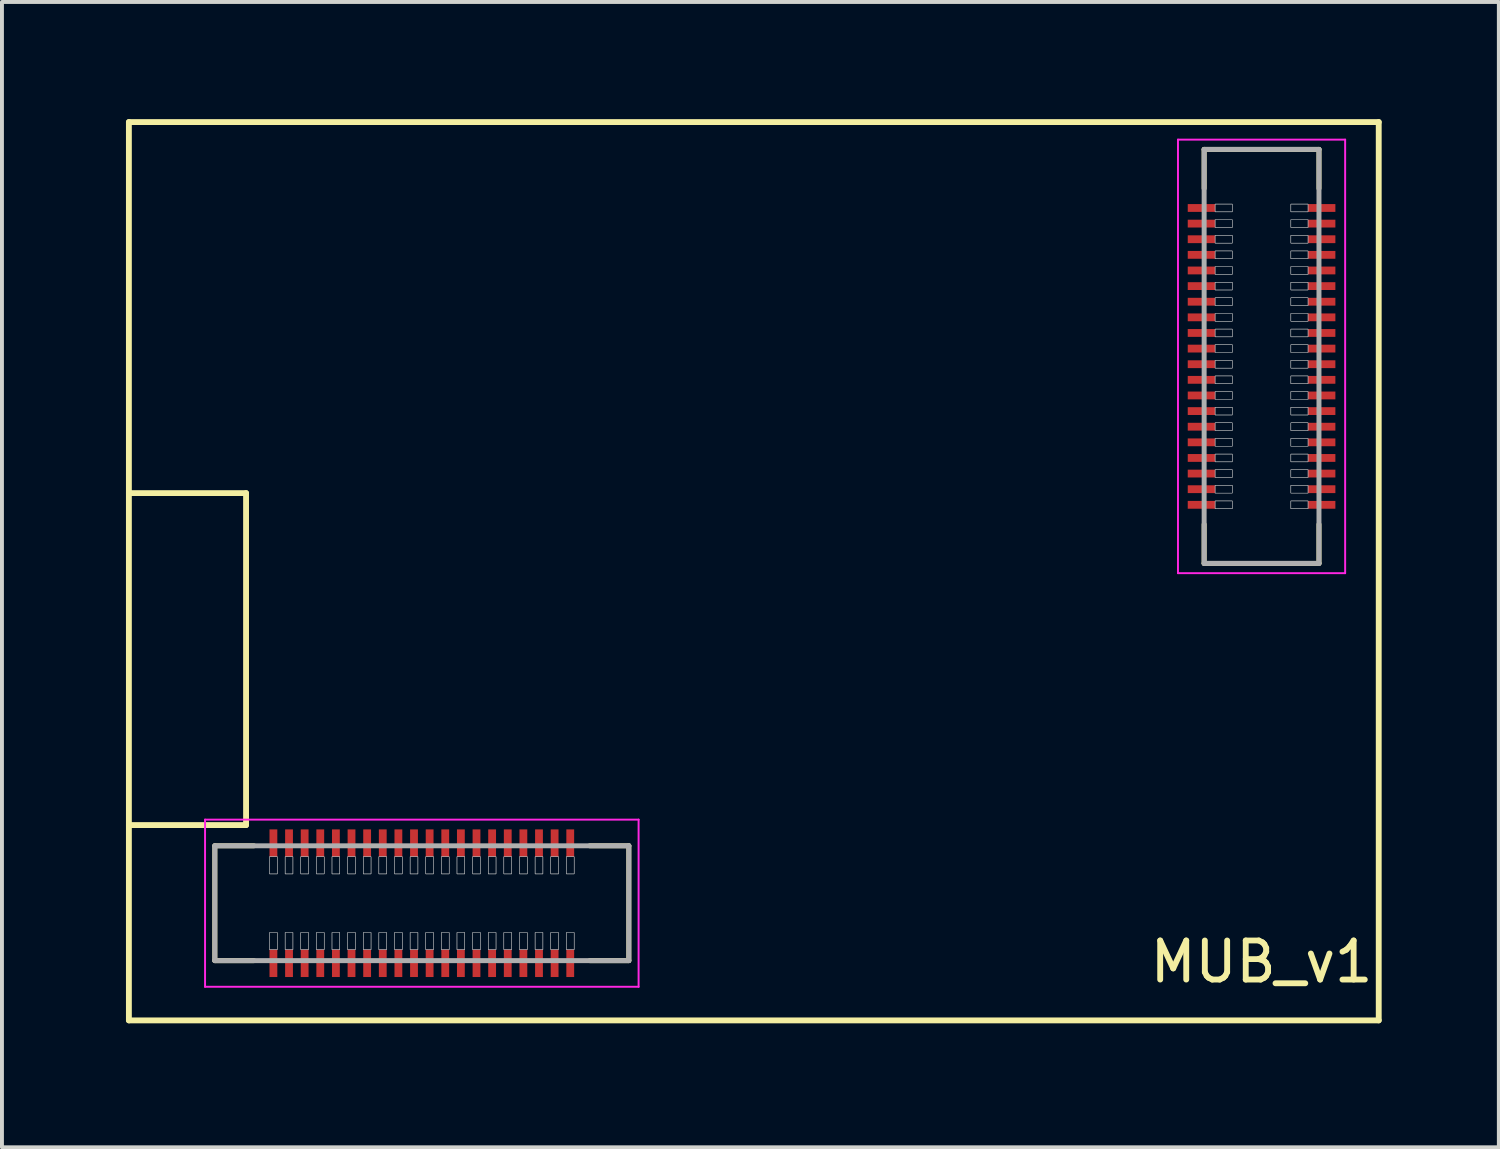
<source format=kicad_pcb>
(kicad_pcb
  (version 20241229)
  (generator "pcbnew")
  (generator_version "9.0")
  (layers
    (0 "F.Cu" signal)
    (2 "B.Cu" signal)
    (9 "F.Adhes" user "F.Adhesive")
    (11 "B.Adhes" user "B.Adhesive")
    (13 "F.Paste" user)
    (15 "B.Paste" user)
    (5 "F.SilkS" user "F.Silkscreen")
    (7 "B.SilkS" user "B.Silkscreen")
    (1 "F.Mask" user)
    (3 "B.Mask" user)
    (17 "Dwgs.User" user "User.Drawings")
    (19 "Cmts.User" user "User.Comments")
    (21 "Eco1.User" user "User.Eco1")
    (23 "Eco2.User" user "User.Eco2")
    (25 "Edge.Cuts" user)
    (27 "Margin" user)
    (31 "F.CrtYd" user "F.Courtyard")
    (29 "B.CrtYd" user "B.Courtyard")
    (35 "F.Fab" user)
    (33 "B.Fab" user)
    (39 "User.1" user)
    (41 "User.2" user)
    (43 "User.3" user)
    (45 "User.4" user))
  (footprint "MUB_v1"
    (layer "F.Cu")
    (at 0.25 23.075)
    (property "Reference" "MUB_v1" (at 29 -1.5 0) (layer "F.SilkS") (effects (font (size 1 1) (thickness 0.15))))
    (attr smd)
    (fp_line (start 0 -23) (end 32 -23) (stroke (width 0.15) (type solid)) (layer "F.SilkS"))
    (fp_line (start 0 -5) (end 3 -5) (stroke (width 0.15) (type solid)) (layer "F.SilkS"))
    (fp_line (start 0 0) (end 0 -23) (stroke (width 0.15) (type solid)) (layer "F.SilkS"))
    (fp_line (start 2.2 -4.47) (end 2.2 -1.53) (stroke (width 0.127) (type solid)) (layer "F.SilkS"))
    (fp_line (start 2.2 -4.47) (end 3.2 -4.47) (stroke (width 0.127) (type solid)) (layer "F.SilkS"))
    (fp_line (start 2.2 -1.53) (end 3.2 -1.53) (stroke (width 0.127) (type solid)) (layer "F.SilkS"))
    (fp_line (start 3 -13.5) (end 0 -13.5) (stroke (width 0.15) (type solid)) (layer "F.SilkS"))
    (fp_line (start 3 -5) (end 3 -13.5) (stroke (width 0.15) (type solid)) (layer "F.SilkS"))
    (fp_line (start 12.8 -4.47) (end 11.8 -4.47) (stroke (width 0.127) (type solid)) (layer "F.SilkS"))
    (fp_line (start 12.8 -1.53) (end 11.8 -1.53) (stroke (width 0.127) (type solid)) (layer "F.SilkS"))
    (fp_line (start 12.8 -1.53) (end 12.8 -4.47) (stroke (width 0.127) (type solid)) (layer "F.SilkS"))
    (fp_line (start 27.53 -22.3) (end 27.53 -21.3) (stroke (width 0.127) (type solid)) (layer "F.SilkS"))
    (fp_line (start 27.53 -11.7) (end 27.53 -12.7) (stroke (width 0.127) (type solid)) (layer "F.SilkS"))
    (fp_line (start 27.53 -11.7) (end 30.47 -11.7) (stroke (width 0.127) (type solid)) (layer "F.SilkS"))
    (fp_line (start 30.47 -22.3) (end 27.53 -22.3) (stroke (width 0.127) (type solid)) (layer "F.SilkS"))
    (fp_line (start 30.47 -22.3) (end 30.47 -21.3) (stroke (width 0.127) (type solid)) (layer "F.SilkS"))
    (fp_line (start 30.47 -11.7) (end 30.47 -12.7) (stroke (width 0.127) (type solid)) (layer "F.SilkS"))
    (fp_line (start 32 -23) (end 32 0) (stroke (width 0.15) (type solid)) (layer "F.SilkS"))
    (fp_line (start 32 0) (end 0 0) (stroke (width 0.15) (type solid)) (layer "F.SilkS"))
    (fp_poly (pts (xy 3.6 -3.75) (xy 3.8 -3.75) (xy 3.8 -4.19) (xy 3.6 -4.19)) (stroke (width 0.01) (type solid)) (fill no) (layer "Dwgs.User"))
    (fp_poly (pts (xy 3.6 -3.75) (xy 3.8 -3.75) (xy 3.8 -4.19) (xy 3.6 -4.19)) (stroke (width 0.01) (type solid)) (fill no) (layer "Dwgs.User"))
    (fp_poly (pts (xy 3.6 -1.81) (xy 3.8 -1.81) (xy 3.8 -2.25) (xy 3.6 -2.25)) (stroke (width 0.01) (type solid)) (fill no) (layer "Dwgs.User"))
    (fp_poly (pts (xy 3.6 -1.81) (xy 3.8 -1.81) (xy 3.8 -2.25) (xy 3.6 -2.25)) (stroke (width 0.01) (type solid)) (fill no) (layer "Dwgs.User"))
    (fp_poly (pts (xy 4 -3.75) (xy 4.2 -3.75) (xy 4.2 -4.19) (xy 4 -4.19)) (stroke (width 0.01) (type solid)) (fill no) (layer "Dwgs.User"))
    (fp_poly (pts (xy 4 -3.75) (xy 4.2 -3.75) (xy 4.2 -4.19) (xy 4 -4.19)) (stroke (width 0.01) (type solid)) (fill no) (layer "Dwgs.User"))
    (fp_poly (pts (xy 4 -1.81) (xy 4.2 -1.81) (xy 4.2 -2.25) (xy 4 -2.25)) (stroke (width 0.01) (type solid)) (fill no) (layer "Dwgs.User"))
    (fp_poly (pts (xy 4 -1.81) (xy 4.2 -1.81) (xy 4.2 -2.25) (xy 4 -2.25)) (stroke (width 0.01) (type solid)) (fill no) (layer "Dwgs.User"))
    (fp_poly (pts (xy 4.4 -3.75) (xy 4.6 -3.75) (xy 4.6 -4.19) (xy 4.4 -4.19)) (stroke (width 0.01) (type solid)) (fill no) (layer "Dwgs.User"))
    (fp_poly (pts (xy 4.4 -3.75) (xy 4.6 -3.75) (xy 4.6 -4.19) (xy 4.4 -4.19)) (stroke (width 0.01) (type solid)) (fill no) (layer "Dwgs.User"))
    (fp_poly (pts (xy 4.4 -1.81) (xy 4.6 -1.81) (xy 4.6 -2.25) (xy 4.4 -2.25)) (stroke (width 0.01) (type solid)) (fill no) (layer "Dwgs.User"))
    (fp_poly (pts (xy 4.4 -1.81) (xy 4.6 -1.81) (xy 4.6 -2.25) (xy 4.4 -2.25)) (stroke (width 0.01) (type solid)) (fill no) (layer "Dwgs.User"))
    (fp_poly (pts (xy 4.8 -3.75) (xy 5 -3.75) (xy 5 -4.19) (xy 4.8 -4.19)) (stroke (width 0.01) (type solid)) (fill no) (layer "Dwgs.User"))
    (fp_poly (pts (xy 4.8 -3.75) (xy 5 -3.75) (xy 5 -4.19) (xy 4.8 -4.19)) (stroke (width 0.01) (type solid)) (fill no) (layer "Dwgs.User"))
    (fp_poly (pts (xy 4.8 -1.81) (xy 5 -1.81) (xy 5 -2.25) (xy 4.8 -2.25)) (stroke (width 0.01) (type solid)) (fill no) (layer "Dwgs.User"))
    (fp_poly (pts (xy 4.8 -1.81) (xy 5 -1.81) (xy 5 -2.25) (xy 4.8 -2.25)) (stroke (width 0.01) (type solid)) (fill no) (layer "Dwgs.User"))
    (fp_poly (pts (xy 5.2 -3.75) (xy 5.4 -3.75) (xy 5.4 -4.19) (xy 5.2 -4.19)) (stroke (width 0.01) (type solid)) (fill no) (layer "Dwgs.User"))
    (fp_poly (pts (xy 5.2 -3.75) (xy 5.4 -3.75) (xy 5.4 -4.19) (xy 5.2 -4.19)) (stroke (width 0.01) (type solid)) (fill no) (layer "Dwgs.User"))
    (fp_poly (pts (xy 5.2 -1.81) (xy 5.4 -1.81) (xy 5.4 -2.25) (xy 5.2 -2.25)) (stroke (width 0.01) (type solid)) (fill no) (layer "Dwgs.User"))
    (fp_poly (pts (xy 5.2 -1.81) (xy 5.4 -1.81) (xy 5.4 -2.25) (xy 5.2 -2.25)) (stroke (width 0.01) (type solid)) (fill no) (layer "Dwgs.User"))
    (fp_poly (pts (xy 5.6 -3.75) (xy 5.8 -3.75) (xy 5.8 -4.19) (xy 5.6 -4.19)) (stroke (width 0.01) (type solid)) (fill no) (layer "Dwgs.User"))
    (fp_poly (pts (xy 5.6 -3.75) (xy 5.8 -3.75) (xy 5.8 -4.19) (xy 5.6 -4.19)) (stroke (width 0.01) (type solid)) (fill no) (layer "Dwgs.User"))
    (fp_poly (pts (xy 5.6 -1.81) (xy 5.8 -1.81) (xy 5.8 -2.25) (xy 5.6 -2.25)) (stroke (width 0.01) (type solid)) (fill no) (layer "Dwgs.User"))
    (fp_poly (pts (xy 5.6 -1.81) (xy 5.8 -1.81) (xy 5.8 -2.25) (xy 5.6 -2.25)) (stroke (width 0.01) (type solid)) (fill no) (layer "Dwgs.User"))
    (fp_poly (pts (xy 6 -3.75) (xy 6.2 -3.75) (xy 6.2 -4.19) (xy 6 -4.19)) (stroke (width 0.01) (type solid)) (fill no) (layer "Dwgs.User"))
    (fp_poly (pts (xy 6 -3.75) (xy 6.2 -3.75) (xy 6.2 -4.19) (xy 6 -4.19)) (stroke (width 0.01) (type solid)) (fill no) (layer "Dwgs.User"))
    (fp_poly (pts (xy 6 -1.81) (xy 6.2 -1.81) (xy 6.2 -2.25) (xy 6 -2.25)) (stroke (width 0.01) (type solid)) (fill no) (layer "Dwgs.User"))
    (fp_poly (pts (xy 6 -1.81) (xy 6.2 -1.81) (xy 6.2 -2.25) (xy 6 -2.25)) (stroke (width 0.01) (type solid)) (fill no) (layer "Dwgs.User"))
    (fp_poly (pts (xy 6.4 -3.75) (xy 6.6 -3.75) (xy 6.6 -4.19) (xy 6.4 -4.19)) (stroke (width 0.01) (type solid)) (fill no) (layer "Dwgs.User"))
    (fp_poly (pts (xy 6.4 -3.75) (xy 6.6 -3.75) (xy 6.6 -4.19) (xy 6.4 -4.19)) (stroke (width 0.01) (type solid)) (fill no) (layer "Dwgs.User"))
    (fp_poly (pts (xy 6.4 -1.81) (xy 6.6 -1.81) (xy 6.6 -2.25) (xy 6.4 -2.25)) (stroke (width 0.01) (type solid)) (fill no) (layer "Dwgs.User"))
    (fp_poly (pts (xy 6.4 -1.81) (xy 6.6 -1.81) (xy 6.6 -2.25) (xy 6.4 -2.25)) (stroke (width 0.01) (type solid)) (fill no) (layer "Dwgs.User"))
    (fp_poly (pts (xy 6.8 -3.75) (xy 7 -3.75) (xy 7 -4.19) (xy 6.8 -4.19)) (stroke (width 0.01) (type solid)) (fill no) (layer "Dwgs.User"))
    (fp_poly (pts (xy 6.8 -3.75) (xy 7 -3.75) (xy 7 -4.19) (xy 6.8 -4.19)) (stroke (width 0.01) (type solid)) (fill no) (layer "Dwgs.User"))
    (fp_poly (pts (xy 6.8 -1.81) (xy 7 -1.81) (xy 7 -2.25) (xy 6.8 -2.25)) (stroke (width 0.01) (type solid)) (fill no) (layer "Dwgs.User"))
    (fp_poly (pts (xy 6.8 -1.81) (xy 7 -1.81) (xy 7 -2.25) (xy 6.8 -2.25)) (stroke (width 0.01) (type solid)) (fill no) (layer "Dwgs.User"))
    (fp_poly (pts (xy 7.2 -3.75) (xy 7.4 -3.75) (xy 7.4 -4.19) (xy 7.2 -4.19)) (stroke (width 0.01) (type solid)) (fill no) (layer "Dwgs.User"))
    (fp_poly (pts (xy 7.2 -3.75) (xy 7.4 -3.75) (xy 7.4 -4.19) (xy 7.2 -4.19)) (stroke (width 0.01) (type solid)) (fill no) (layer "Dwgs.User"))
    (fp_poly (pts (xy 7.2 -1.81) (xy 7.4 -1.81) (xy 7.4 -2.25) (xy 7.2 -2.25)) (stroke (width 0.01) (type solid)) (fill no) (layer "Dwgs.User"))
    (fp_poly (pts (xy 7.2 -1.81) (xy 7.4 -1.81) (xy 7.4 -2.25) (xy 7.2 -2.25)) (stroke (width 0.01) (type solid)) (fill no) (layer "Dwgs.User"))
    (fp_poly (pts (xy 7.6 -3.75) (xy 7.8 -3.75) (xy 7.8 -4.19) (xy 7.6 -4.19)) (stroke (width 0.01) (type solid)) (fill no) (layer "Dwgs.User"))
    (fp_poly (pts (xy 7.6 -3.75) (xy 7.8 -3.75) (xy 7.8 -4.19) (xy 7.6 -4.19)) (stroke (width 0.01) (type solid)) (fill no) (layer "Dwgs.User"))
    (fp_poly (pts (xy 7.6 -1.81) (xy 7.8 -1.81) (xy 7.8 -2.25) (xy 7.6 -2.25)) (stroke (width 0.01) (type solid)) (fill no) (layer "Dwgs.User"))
    (fp_poly (pts (xy 7.6 -1.81) (xy 7.8 -1.81) (xy 7.8 -2.25) (xy 7.6 -2.25)) (stroke (width 0.01) (type solid)) (fill no) (layer "Dwgs.User"))
    (fp_poly (pts (xy 8 -3.75) (xy 8.2 -3.75) (xy 8.2 -4.19) (xy 8 -4.19)) (stroke (width 0.01) (type solid)) (fill no) (layer "Dwgs.User"))
    (fp_poly (pts (xy 8 -3.75) (xy 8.2 -3.75) (xy 8.2 -4.19) (xy 8 -4.19)) (stroke (width 0.01) (type solid)) (fill no) (layer "Dwgs.User"))
    (fp_poly (pts (xy 8 -1.81) (xy 8.2 -1.81) (xy 8.2 -2.25) (xy 8 -2.25)) (stroke (width 0.01) (type solid)) (fill no) (layer "Dwgs.User"))
    (fp_poly (pts (xy 8 -1.81) (xy 8.2 -1.81) (xy 8.2 -2.25) (xy 8 -2.25)) (stroke (width 0.01) (type solid)) (fill no) (layer "Dwgs.User"))
    (fp_poly (pts (xy 8.4 -3.75) (xy 8.6 -3.75) (xy 8.6 -4.19) (xy 8.4 -4.19)) (stroke (width 0.01) (type solid)) (fill no) (layer "Dwgs.User"))
    (fp_poly (pts (xy 8.4 -3.75) (xy 8.6 -3.75) (xy 8.6 -4.19) (xy 8.4 -4.19)) (stroke (width 0.01) (type solid)) (fill no) (layer "Dwgs.User"))
    (fp_poly (pts (xy 8.4 -1.81) (xy 8.6 -1.81) (xy 8.6 -2.25) (xy 8.4 -2.25)) (stroke (width 0.01) (type solid)) (fill no) (layer "Dwgs.User"))
    (fp_poly (pts (xy 8.4 -1.81) (xy 8.6 -1.81) (xy 8.6 -2.25) (xy 8.4 -2.25)) (stroke (width 0.01) (type solid)) (fill no) (layer "Dwgs.User"))
    (fp_poly (pts (xy 8.8 -3.75) (xy 9 -3.75) (xy 9 -4.19) (xy 8.8 -4.19)) (stroke (width 0.01) (type solid)) (fill no) (layer "Dwgs.User"))
    (fp_poly (pts (xy 8.8 -3.75) (xy 9 -3.75) (xy 9 -4.19) (xy 8.8 -4.19)) (stroke (width 0.01) (type solid)) (fill no) (layer "Dwgs.User"))
    (fp_poly (pts (xy 8.8 -1.81) (xy 9 -1.81) (xy 9 -2.25) (xy 8.8 -2.25)) (stroke (width 0.01) (type solid)) (fill no) (layer "Dwgs.User"))
    (fp_poly (pts (xy 8.8 -1.81) (xy 9 -1.81) (xy 9 -2.25) (xy 8.8 -2.25)) (stroke (width 0.01) (type solid)) (fill no) (layer "Dwgs.User"))
    (fp_poly (pts (xy 9.2 -3.75) (xy 9.4 -3.75) (xy 9.4 -4.19) (xy 9.2 -4.19)) (stroke (width 0.01) (type solid)) (fill no) (layer "Dwgs.User"))
    (fp_poly (pts (xy 9.2 -3.75) (xy 9.4 -3.75) (xy 9.4 -4.19) (xy 9.2 -4.19)) (stroke (width 0.01) (type solid)) (fill no) (layer "Dwgs.User"))
    (fp_poly (pts (xy 9.2 -1.81) (xy 9.4 -1.81) (xy 9.4 -2.25) (xy 9.2 -2.25)) (stroke (width 0.01) (type solid)) (fill no) (layer "Dwgs.User"))
    (fp_poly (pts (xy 9.2 -1.81) (xy 9.4 -1.81) (xy 9.4 -2.25) (xy 9.2 -2.25)) (stroke (width 0.01) (type solid)) (fill no) (layer "Dwgs.User"))
    (fp_poly (pts (xy 9.6 -3.75) (xy 9.8 -3.75) (xy 9.8 -4.19) (xy 9.6 -4.19)) (stroke (width 0.01) (type solid)) (fill no) (layer "Dwgs.User"))
    (fp_poly (pts (xy 9.6 -3.75) (xy 9.8 -3.75) (xy 9.8 -4.19) (xy 9.6 -4.19)) (stroke (width 0.01) (type solid)) (fill no) (layer "Dwgs.User"))
    (fp_poly (pts (xy 9.6 -1.81) (xy 9.8 -1.81) (xy 9.8 -2.25) (xy 9.6 -2.25)) (stroke (width 0.01) (type solid)) (fill no) (layer "Dwgs.User"))
    (fp_poly (pts (xy 9.6 -1.81) (xy 9.8 -1.81) (xy 9.8 -2.25) (xy 9.6 -2.25)) (stroke (width 0.01) (type solid)) (fill no) (layer "Dwgs.User"))
    (fp_poly (pts (xy 10 -3.75) (xy 10.2 -3.75) (xy 10.2 -4.19) (xy 10 -4.19)) (stroke (width 0.01) (type solid)) (fill no) (layer "Dwgs.User"))
    (fp_poly (pts (xy 10 -3.75) (xy 10.2 -3.75) (xy 10.2 -4.19) (xy 10 -4.19)) (stroke (width 0.01) (type solid)) (fill no) (layer "Dwgs.User"))
    (fp_poly (pts (xy 10 -1.81) (xy 10.2 -1.81) (xy 10.2 -2.25) (xy 10 -2.25)) (stroke (width 0.01) (type solid)) (fill no) (layer "Dwgs.User"))
    (fp_poly (pts (xy 10 -1.81) (xy 10.2 -1.81) (xy 10.2 -2.25) (xy 10 -2.25)) (stroke (width 0.01) (type solid)) (fill no) (layer "Dwgs.User"))
    (fp_poly (pts (xy 10.4 -3.75) (xy 10.6 -3.75) (xy 10.6 -4.19) (xy 10.4 -4.19)) (stroke (width 0.01) (type solid)) (fill no) (layer "Dwgs.User"))
    (fp_poly (pts (xy 10.4 -3.75) (xy 10.6 -3.75) (xy 10.6 -4.19) (xy 10.4 -4.19)) (stroke (width 0.01) (type solid)) (fill no) (layer "Dwgs.User"))
    (fp_poly (pts (xy 10.4 -1.81) (xy 10.6 -1.81) (xy 10.6 -2.25) (xy 10.4 -2.25)) (stroke (width 0.01) (type solid)) (fill no) (layer "Dwgs.User"))
    (fp_poly (pts (xy 10.4 -1.81) (xy 10.6 -1.81) (xy 10.6 -2.25) (xy 10.4 -2.25)) (stroke (width 0.01) (type solid)) (fill no) (layer "Dwgs.User"))
    (fp_poly (pts (xy 10.8 -3.75) (xy 11 -3.75) (xy 11 -4.19) (xy 10.8 -4.19)) (stroke (width 0.01) (type solid)) (fill no) (layer "Dwgs.User"))
    (fp_poly (pts (xy 10.8 -3.75) (xy 11 -3.75) (xy 11 -4.19) (xy 10.8 -4.19)) (stroke (width 0.01) (type solid)) (fill no) (layer "Dwgs.User"))
    (fp_poly (pts (xy 10.8 -1.81) (xy 11 -1.81) (xy 11 -2.25) (xy 10.8 -2.25)) (stroke (width 0.01) (type solid)) (fill no) (layer "Dwgs.User"))
    (fp_poly (pts (xy 10.8 -1.81) (xy 11 -1.81) (xy 11 -2.25) (xy 10.8 -2.25)) (stroke (width 0.01) (type solid)) (fill no) (layer "Dwgs.User"))
    (fp_poly (pts (xy 11.2 -3.75) (xy 11.4 -3.75) (xy 11.4 -4.19) (xy 11.2 -4.19)) (stroke (width 0.01) (type solid)) (fill no) (layer "Dwgs.User"))
    (fp_poly (pts (xy 11.2 -3.75) (xy 11.4 -3.75) (xy 11.4 -4.19) (xy 11.2 -4.19)) (stroke (width 0.01) (type solid)) (fill no) (layer "Dwgs.User"))
    (fp_poly (pts (xy 11.2 -1.81) (xy 11.4 -1.81) (xy 11.4 -2.25) (xy 11.2 -2.25)) (stroke (width 0.01) (type solid)) (fill no) (layer "Dwgs.User"))
    (fp_poly (pts (xy 11.2 -1.81) (xy 11.4 -1.81) (xy 11.4 -2.25) (xy 11.2 -2.25)) (stroke (width 0.01) (type solid)) (fill no) (layer "Dwgs.User"))
    (fp_poly (pts (xy 28.25 -20.7) (xy 28.25 -20.9) (xy 27.81 -20.9) (xy 27.81 -20.7)) (stroke (width 0.01) (type solid)) (fill no) (layer "Dwgs.User"))
    (fp_poly (pts (xy 28.25 -20.7) (xy 28.25 -20.9) (xy 27.81 -20.9) (xy 27.81 -20.7)) (stroke (width 0.01) (type solid)) (fill no) (layer "Dwgs.User"))
    (fp_poly (pts (xy 28.25 -20.3) (xy 28.25 -20.5) (xy 27.81 -20.5) (xy 27.81 -20.3)) (stroke (width 0.01) (type solid)) (fill no) (layer "Dwgs.User"))
    (fp_poly (pts (xy 28.25 -20.3) (xy 28.25 -20.5) (xy 27.81 -20.5) (xy 27.81 -20.3)) (stroke (width 0.01) (type solid)) (fill no) (layer "Dwgs.User"))
    (fp_poly (pts (xy 28.25 -19.9) (xy 28.25 -20.1) (xy 27.81 -20.1) (xy 27.81 -19.9)) (stroke (width 0.01) (type solid)) (fill no) (layer "Dwgs.User"))
    (fp_poly (pts (xy 28.25 -19.9) (xy 28.25 -20.1) (xy 27.81 -20.1) (xy 27.81 -19.9)) (stroke (width 0.01) (type solid)) (fill no) (layer "Dwgs.User"))
    (fp_poly (pts (xy 28.25 -19.5) (xy 28.25 -19.7) (xy 27.81 -19.7) (xy 27.81 -19.5)) (stroke (width 0.01) (type solid)) (fill no) (layer "Dwgs.User"))
    (fp_poly (pts (xy 28.25 -19.5) (xy 28.25 -19.7) (xy 27.81 -19.7) (xy 27.81 -19.5)) (stroke (width 0.01) (type solid)) (fill no) (layer "Dwgs.User"))
    (fp_poly (pts (xy 28.25 -19.1) (xy 28.25 -19.3) (xy 27.81 -19.3) (xy 27.81 -19.1)) (stroke (width 0.01) (type solid)) (fill no) (layer "Dwgs.User"))
    (fp_poly (pts (xy 28.25 -19.1) (xy 28.25 -19.3) (xy 27.81 -19.3) (xy 27.81 -19.1)) (stroke (width 0.01) (type solid)) (fill no) (layer "Dwgs.User"))
    (fp_poly (pts (xy 28.25 -18.7) (xy 28.25 -18.9) (xy 27.81 -18.9) (xy 27.81 -18.7)) (stroke (width 0.01) (type solid)) (fill no) (layer "Dwgs.User"))
    (fp_poly (pts (xy 28.25 -18.7) (xy 28.25 -18.9) (xy 27.81 -18.9) (xy 27.81 -18.7)) (stroke (width 0.01) (type solid)) (fill no) (layer "Dwgs.User"))
    (fp_poly (pts (xy 28.25 -18.3) (xy 28.25 -18.5) (xy 27.81 -18.5) (xy 27.81 -18.3)) (stroke (width 0.01) (type solid)) (fill no) (layer "Dwgs.User"))
    (fp_poly (pts (xy 28.25 -18.3) (xy 28.25 -18.5) (xy 27.81 -18.5) (xy 27.81 -18.3)) (stroke (width 0.01) (type solid)) (fill no) (layer "Dwgs.User"))
    (fp_poly (pts (xy 28.25 -17.9) (xy 28.25 -18.1) (xy 27.81 -18.1) (xy 27.81 -17.9)) (stroke (width 0.01) (type solid)) (fill no) (layer "Dwgs.User"))
    (fp_poly (pts (xy 28.25 -17.9) (xy 28.25 -18.1) (xy 27.81 -18.1) (xy 27.81 -17.9)) (stroke (width 0.01) (type solid)) (fill no) (layer "Dwgs.User"))
    (fp_poly (pts (xy 28.25 -17.5) (xy 28.25 -17.7) (xy 27.81 -17.7) (xy 27.81 -17.5)) (stroke (width 0.01) (type solid)) (fill no) (layer "Dwgs.User"))
    (fp_poly (pts (xy 28.25 -17.5) (xy 28.25 -17.7) (xy 27.81 -17.7) (xy 27.81 -17.5)) (stroke (width 0.01) (type solid)) (fill no) (layer "Dwgs.User"))
    (fp_poly (pts (xy 28.25 -17.1) (xy 28.25 -17.3) (xy 27.81 -17.3) (xy 27.81 -17.1)) (stroke (width 0.01) (type solid)) (fill no) (layer "Dwgs.User"))
    (fp_poly (pts (xy 28.25 -17.1) (xy 28.25 -17.3) (xy 27.81 -17.3) (xy 27.81 -17.1)) (stroke (width 0.01) (type solid)) (fill no) (layer "Dwgs.User"))
    (fp_poly (pts (xy 28.25 -16.7) (xy 28.25 -16.9) (xy 27.81 -16.9) (xy 27.81 -16.7)) (stroke (width 0.01) (type solid)) (fill no) (layer "Dwgs.User"))
    (fp_poly (pts (xy 28.25 -16.7) (xy 28.25 -16.9) (xy 27.81 -16.9) (xy 27.81 -16.7)) (stroke (width 0.01) (type solid)) (fill no) (layer "Dwgs.User"))
    (fp_poly (pts (xy 28.25 -16.3) (xy 28.25 -16.5) (xy 27.81 -16.5) (xy 27.81 -16.3)) (stroke (width 0.01) (type solid)) (fill no) (layer "Dwgs.User"))
    (fp_poly (pts (xy 28.25 -16.3) (xy 28.25 -16.5) (xy 27.81 -16.5) (xy 27.81 -16.3)) (stroke (width 0.01) (type solid)) (fill no) (layer "Dwgs.User"))
    (fp_poly (pts (xy 28.25 -15.9) (xy 28.25 -16.1) (xy 27.81 -16.1) (xy 27.81 -15.9)) (stroke (width 0.01) (type solid)) (fill no) (layer "Dwgs.User"))
    (fp_poly (pts (xy 28.25 -15.9) (xy 28.25 -16.1) (xy 27.81 -16.1) (xy 27.81 -15.9)) (stroke (width 0.01) (type solid)) (fill no) (layer "Dwgs.User"))
    (fp_poly (pts (xy 28.25 -15.5) (xy 28.25 -15.7) (xy 27.81 -15.7) (xy 27.81 -15.5)) (stroke (width 0.01) (type solid)) (fill no) (layer "Dwgs.User"))
    (fp_poly (pts (xy 28.25 -15.5) (xy 28.25 -15.7) (xy 27.81 -15.7) (xy 27.81 -15.5)) (stroke (width 0.01) (type solid)) (fill no) (layer "Dwgs.User"))
    (fp_poly (pts (xy 28.25 -15.1) (xy 28.25 -15.3) (xy 27.81 -15.3) (xy 27.81 -15.1)) (stroke (width 0.01) (type solid)) (fill no) (layer "Dwgs.User"))
    (fp_poly (pts (xy 28.25 -15.1) (xy 28.25 -15.3) (xy 27.81 -15.3) (xy 27.81 -15.1)) (stroke (width 0.01) (type solid)) (fill no) (layer "Dwgs.User"))
    (fp_poly (pts (xy 28.25 -14.7) (xy 28.25 -14.9) (xy 27.81 -14.9) (xy 27.81 -14.7)) (stroke (width 0.01) (type solid)) (fill no) (layer "Dwgs.User"))
    (fp_poly (pts (xy 28.25 -14.7) (xy 28.25 -14.9) (xy 27.81 -14.9) (xy 27.81 -14.7)) (stroke (width 0.01) (type solid)) (fill no) (layer "Dwgs.User"))
    (fp_poly (pts (xy 28.25 -14.3) (xy 28.25 -14.5) (xy 27.81 -14.5) (xy 27.81 -14.3)) (stroke (width 0.01) (type solid)) (fill no) (layer "Dwgs.User"))
    (fp_poly (pts (xy 28.25 -14.3) (xy 28.25 -14.5) (xy 27.81 -14.5) (xy 27.81 -14.3)) (stroke (width 0.01) (type solid)) (fill no) (layer "Dwgs.User"))
    (fp_poly (pts (xy 28.25 -13.9) (xy 28.25 -14.1) (xy 27.81 -14.1) (xy 27.81 -13.9)) (stroke (width 0.01) (type solid)) (fill no) (layer "Dwgs.User"))
    (fp_poly (pts (xy 28.25 -13.9) (xy 28.25 -14.1) (xy 27.81 -14.1) (xy 27.81 -13.9)) (stroke (width 0.01) (type solid)) (fill no) (layer "Dwgs.User"))
    (fp_poly (pts (xy 28.25 -13.5) (xy 28.25 -13.7) (xy 27.81 -13.7) (xy 27.81 -13.5)) (stroke (width 0.01) (type solid)) (fill no) (layer "Dwgs.User"))
    (fp_poly (pts (xy 28.25 -13.5) (xy 28.25 -13.7) (xy 27.81 -13.7) (xy 27.81 -13.5)) (stroke (width 0.01) (type solid)) (fill no) (layer "Dwgs.User"))
    (fp_poly (pts (xy 28.25 -13.1) (xy 28.25 -13.3) (xy 27.81 -13.3) (xy 27.81 -13.1)) (stroke (width 0.01) (type solid)) (fill no) (layer "Dwgs.User"))
    (fp_poly (pts (xy 28.25 -13.1) (xy 28.25 -13.3) (xy 27.81 -13.3) (xy 27.81 -13.1)) (stroke (width 0.01) (type solid)) (fill no) (layer "Dwgs.User"))
    (fp_poly (pts (xy 30.19 -20.7) (xy 30.19 -20.9) (xy 29.75 -20.9) (xy 29.75 -20.7)) (stroke (width 0.01) (type solid)) (fill no) (layer "Dwgs.User"))
    (fp_poly (pts (xy 30.19 -20.7) (xy 30.19 -20.9) (xy 29.75 -20.9) (xy 29.75 -20.7)) (stroke (width 0.01) (type solid)) (fill no) (layer "Dwgs.User"))
    (fp_poly (pts (xy 30.19 -20.3) (xy 30.19 -20.5) (xy 29.75 -20.5) (xy 29.75 -20.3)) (stroke (width 0.01) (type solid)) (fill no) (layer "Dwgs.User"))
    (fp_poly (pts (xy 30.19 -20.3) (xy 30.19 -20.5) (xy 29.75 -20.5) (xy 29.75 -20.3)) (stroke (width 0.01) (type solid)) (fill no) (layer "Dwgs.User"))
    (fp_poly (pts (xy 30.19 -19.9) (xy 30.19 -20.1) (xy 29.75 -20.1) (xy 29.75 -19.9)) (stroke (width 0.01) (type solid)) (fill no) (layer "Dwgs.User"))
    (fp_poly (pts (xy 30.19 -19.9) (xy 30.19 -20.1) (xy 29.75 -20.1) (xy 29.75 -19.9)) (stroke (width 0.01) (type solid)) (fill no) (layer "Dwgs.User"))
    (fp_poly (pts (xy 30.19 -19.5) (xy 30.19 -19.7) (xy 29.75 -19.7) (xy 29.75 -19.5)) (stroke (width 0.01) (type solid)) (fill no) (layer "Dwgs.User"))
    (fp_poly (pts (xy 30.19 -19.5) (xy 30.19 -19.7) (xy 29.75 -19.7) (xy 29.75 -19.5)) (stroke (width 0.01) (type solid)) (fill no) (layer "Dwgs.User"))
    (fp_poly (pts (xy 30.19 -19.1) (xy 30.19 -19.3) (xy 29.75 -19.3) (xy 29.75 -19.1)) (stroke (width 0.01) (type solid)) (fill no) (layer "Dwgs.User"))
    (fp_poly (pts (xy 30.19 -19.1) (xy 30.19 -19.3) (xy 29.75 -19.3) (xy 29.75 -19.1)) (stroke (width 0.01) (type solid)) (fill no) (layer "Dwgs.User"))
    (fp_poly (pts (xy 30.19 -18.7) (xy 30.19 -18.9) (xy 29.75 -18.9) (xy 29.75 -18.7)) (stroke (width 0.01) (type solid)) (fill no) (layer "Dwgs.User"))
    (fp_poly (pts (xy 30.19 -18.7) (xy 30.19 -18.9) (xy 29.75 -18.9) (xy 29.75 -18.7)) (stroke (width 0.01) (type solid)) (fill no) (layer "Dwgs.User"))
    (fp_poly (pts (xy 30.19 -18.3) (xy 30.19 -18.5) (xy 29.75 -18.5) (xy 29.75 -18.3)) (stroke (width 0.01) (type solid)) (fill no) (layer "Dwgs.User"))
    (fp_poly (pts (xy 30.19 -18.3) (xy 30.19 -18.5) (xy 29.75 -18.5) (xy 29.75 -18.3)) (stroke (width 0.01) (type solid)) (fill no) (layer "Dwgs.User"))
    (fp_poly (pts (xy 30.19 -17.9) (xy 30.19 -18.1) (xy 29.75 -18.1) (xy 29.75 -17.9)) (stroke (width 0.01) (type solid)) (fill no) (layer "Dwgs.User"))
    (fp_poly (pts (xy 30.19 -17.9) (xy 30.19 -18.1) (xy 29.75 -18.1) (xy 29.75 -17.9)) (stroke (width 0.01) (type solid)) (fill no) (layer "Dwgs.User"))
    (fp_poly (pts (xy 30.19 -17.5) (xy 30.19 -17.7) (xy 29.75 -17.7) (xy 29.75 -17.5)) (stroke (width 0.01) (type solid)) (fill no) (layer "Dwgs.User"))
    (fp_poly (pts (xy 30.19 -17.5) (xy 30.19 -17.7) (xy 29.75 -17.7) (xy 29.75 -17.5)) (stroke (width 0.01) (type solid)) (fill no) (layer "Dwgs.User"))
    (fp_poly (pts (xy 30.19 -17.1) (xy 30.19 -17.3) (xy 29.75 -17.3) (xy 29.75 -17.1)) (stroke (width 0.01) (type solid)) (fill no) (layer "Dwgs.User"))
    (fp_poly (pts (xy 30.19 -17.1) (xy 30.19 -17.3) (xy 29.75 -17.3) (xy 29.75 -17.1)) (stroke (width 0.01) (type solid)) (fill no) (layer "Dwgs.User"))
    (fp_poly (pts (xy 30.19 -16.7) (xy 30.19 -16.9) (xy 29.75 -16.9) (xy 29.75 -16.7)) (stroke (width 0.01) (type solid)) (fill no) (layer "Dwgs.User"))
    (fp_poly (pts (xy 30.19 -16.7) (xy 30.19 -16.9) (xy 29.75 -16.9) (xy 29.75 -16.7)) (stroke (width 0.01) (type solid)) (fill no) (layer "Dwgs.User"))
    (fp_poly (pts (xy 30.19 -16.3) (xy 30.19 -16.5) (xy 29.75 -16.5) (xy 29.75 -16.3)) (stroke (width 0.01) (type solid)) (fill no) (layer "Dwgs.User"))
    (fp_poly (pts (xy 30.19 -16.3) (xy 30.19 -16.5) (xy 29.75 -16.5) (xy 29.75 -16.3)) (stroke (width 0.01) (type solid)) (fill no) (layer "Dwgs.User"))
    (fp_poly (pts (xy 30.19 -15.9) (xy 30.19 -16.1) (xy 29.75 -16.1) (xy 29.75 -15.9)) (stroke (width 0.01) (type solid)) (fill no) (layer "Dwgs.User"))
    (fp_poly (pts (xy 30.19 -15.9) (xy 30.19 -16.1) (xy 29.75 -16.1) (xy 29.75 -15.9)) (stroke (width 0.01) (type solid)) (fill no) (layer "Dwgs.User"))
    (fp_poly (pts (xy 30.19 -15.5) (xy 30.19 -15.7) (xy 29.75 -15.7) (xy 29.75 -15.5)) (stroke (width 0.01) (type solid)) (fill no) (layer "Dwgs.User"))
    (fp_poly (pts (xy 30.19 -15.5) (xy 30.19 -15.7) (xy 29.75 -15.7) (xy 29.75 -15.5)) (stroke (width 0.01) (type solid)) (fill no) (layer "Dwgs.User"))
    (fp_poly (pts (xy 30.19 -15.1) (xy 30.19 -15.3) (xy 29.75 -15.3) (xy 29.75 -15.1)) (stroke (width 0.01) (type solid)) (fill no) (layer "Dwgs.User"))
    (fp_poly (pts (xy 30.19 -15.1) (xy 30.19 -15.3) (xy 29.75 -15.3) (xy 29.75 -15.1)) (stroke (width 0.01) (type solid)) (fill no) (layer "Dwgs.User"))
    (fp_poly (pts (xy 30.19 -14.7) (xy 30.19 -14.9) (xy 29.75 -14.9) (xy 29.75 -14.7)) (stroke (width 0.01) (type solid)) (fill no) (layer "Dwgs.User"))
    (fp_poly (pts (xy 30.19 -14.7) (xy 30.19 -14.9) (xy 29.75 -14.9) (xy 29.75 -14.7)) (stroke (width 0.01) (type solid)) (fill no) (layer "Dwgs.User"))
    (fp_poly (pts (xy 30.19 -14.3) (xy 30.19 -14.5) (xy 29.75 -14.5) (xy 29.75 -14.3)) (stroke (width 0.01) (type solid)) (fill no) (layer "Dwgs.User"))
    (fp_poly (pts (xy 30.19 -14.3) (xy 30.19 -14.5) (xy 29.75 -14.5) (xy 29.75 -14.3)) (stroke (width 0.01) (type solid)) (fill no) (layer "Dwgs.User"))
    (fp_poly (pts (xy 30.19 -13.9) (xy 30.19 -14.1) (xy 29.75 -14.1) (xy 29.75 -13.9)) (stroke (width 0.01) (type solid)) (fill no) (layer "Dwgs.User"))
    (fp_poly (pts (xy 30.19 -13.9) (xy 30.19 -14.1) (xy 29.75 -14.1) (xy 29.75 -13.9)) (stroke (width 0.01) (type solid)) (fill no) (layer "Dwgs.User"))
    (fp_poly (pts (xy 30.19 -13.5) (xy 30.19 -13.7) (xy 29.75 -13.7) (xy 29.75 -13.5)) (stroke (width 0.01) (type solid)) (fill no) (layer "Dwgs.User"))
    (fp_poly (pts (xy 30.19 -13.5) (xy 30.19 -13.7) (xy 29.75 -13.7) (xy 29.75 -13.5)) (stroke (width 0.01) (type solid)) (fill no) (layer "Dwgs.User"))
    (fp_poly (pts (xy 30.19 -13.1) (xy 30.19 -13.3) (xy 29.75 -13.3) (xy 29.75 -13.1)) (stroke (width 0.01) (type solid)) (fill no) (layer "Dwgs.User"))
    (fp_poly (pts (xy 30.19 -13.1) (xy 30.19 -13.3) (xy 29.75 -13.3) (xy 29.75 -13.1)) (stroke (width 0.01) (type solid)) (fill no) (layer "Dwgs.User"))
    (fp_line (start 1.95 -5.14) (end 1.95 -0.86) (stroke (width 0.05) (type solid)) (layer "F.CrtYd"))
    (fp_line (start 1.95 -0.86) (end 13.05 -0.86) (stroke (width 0.05) (type solid)) (layer "F.CrtYd"))
    (fp_line (start 13.05 -5.14) (end 1.95 -5.14) (stroke (width 0.05) (type solid)) (layer "F.CrtYd"))
    (fp_line (start 13.05 -0.86) (end 13.05 -5.14) (stroke (width 0.05) (type solid)) (layer "F.CrtYd"))
    (fp_line (start 26.86 -22.55) (end 26.86 -11.45) (stroke (width 0.05) (type solid)) (layer "F.CrtYd"))
    (fp_line (start 26.86 -11.45) (end 31.14 -11.45) (stroke (width 0.05) (type solid)) (layer "F.CrtYd"))
    (fp_line (start 31.14 -22.55) (end 26.86 -22.55) (stroke (width 0.05) (type solid)) (layer "F.CrtYd"))
    (fp_line (start 31.14 -11.45) (end 31.14 -22.55) (stroke (width 0.05) (type solid)) (layer "F.CrtYd"))
    (fp_line (start 2.2 -4.47) (end 2.2 -1.53) (stroke (width 0.127) (type solid)) (layer "F.Fab"))
    (fp_line (start 2.2 -1.53) (end 12.8 -1.53) (stroke (width 0.127) (type solid)) (layer "F.Fab"))
    (fp_line (start 12.8 -4.47) (end 2.2 -4.47) (stroke (width 0.127) (type solid)) (layer "F.Fab"))
    (fp_line (start 12.8 -1.53) (end 12.8 -4.47) (stroke (width 0.127) (type solid)) (layer "F.Fab"))
    (fp_line (start 27.53 -22.3) (end 27.53 -11.7) (stroke (width 0.127) (type solid)) (layer "F.Fab"))
    (fp_line (start 27.53 -11.7) (end 30.47 -11.7) (stroke (width 0.127) (type solid)) (layer "F.Fab"))
    (fp_line (start 30.47 -22.3) (end 27.53 -22.3) (stroke (width 0.127) (type solid)) (layer "F.Fab"))
    (fp_line (start 30.47 -11.7) (end 30.47 -22.3) (stroke (width 0.127) (type solid)) (layer "F.Fab"))
    (pad "1" smd rect (at 3.7 -4.54 180) (size 0.2 0.7) (layers "F.Cu" "F.Mask" "F.Paste"))
    (pad "2" smd rect (at 3.7 -1.46 180) (size 0.2 0.7) (layers "F.Cu" "F.Mask" "F.Paste"))
    (pad "3" smd rect (at 4.1 -4.54 180) (size 0.2 0.7) (layers "F.Cu" "F.Mask" "F.Paste"))
    (pad "4" smd rect (at 4.1 -1.46 180) (size 0.2 0.7) (layers "F.Cu" "F.Mask" "F.Paste"))
    (pad "5" smd rect (at 4.5 -4.54 180) (size 0.2 0.7) (layers "F.Cu" "F.Mask" "F.Paste"))
    (pad "6" smd rect (at 4.5 -1.46 180) (size 0.2 0.7) (layers "F.Cu" "F.Mask" "F.Paste"))
    (pad "7" smd rect (at 4.9 -4.54 180) (size 0.2 0.7) (layers "F.Cu" "F.Mask" "F.Paste"))
    (pad "8" smd rect (at 4.9 -1.46 180) (size 0.2 0.7) (layers "F.Cu" "F.Mask" "F.Paste"))
    (pad "9" smd rect (at 5.3 -4.54 180) (size 0.2 0.7) (layers "F.Cu" "F.Mask" "F.Paste"))
    (pad "10" smd rect (at 5.3 -1.46 180) (size 0.2 0.7) (layers "F.Cu" "F.Mask" "F.Paste"))
    (pad "11" smd rect (at 5.7 -4.54 180) (size 0.2 0.7) (layers "F.Cu" "F.Mask" "F.Paste"))
    (pad "12" smd rect (at 5.7 -1.46 180) (size 0.2 0.7) (layers "F.Cu" "F.Mask" "F.Paste"))
    (pad "13" smd rect (at 6.1 -4.54 180) (size 0.2 0.7) (layers "F.Cu" "F.Mask" "F.Paste"))
    (pad "14" smd rect (at 6.1 -1.46 180) (size 0.2 0.7) (layers "F.Cu" "F.Mask" "F.Paste"))
    (pad "15" smd rect (at 6.5 -4.54 180) (size 0.2 0.7) (layers "F.Cu" "F.Mask" "F.Paste"))
    (pad "16" smd rect (at 6.5 -1.46 180) (size 0.2 0.7) (layers "F.Cu" "F.Mask" "F.Paste"))
    (pad "17" smd rect (at 6.9 -4.54 180) (size 0.2 0.7) (layers "F.Cu" "F.Mask" "F.Paste"))
    (pad "18" smd rect (at 6.9 -1.46 180) (size 0.2 0.7) (layers "F.Cu" "F.Mask" "F.Paste"))
    (pad "19" smd rect (at 7.3 -4.54 180) (size 0.2 0.7) (layers "F.Cu" "F.Mask" "F.Paste"))
    (pad "20" smd rect (at 7.3 -1.46 180) (size 0.2 0.7) (layers "F.Cu" "F.Mask" "F.Paste"))
    (pad "21" smd rect (at 7.7 -4.54 180) (size 0.2 0.7) (layers "F.Cu" "F.Mask" "F.Paste"))
    (pad "22" smd rect (at 7.7 -1.46 180) (size 0.2 0.7) (layers "F.Cu" "F.Mask" "F.Paste"))
    (pad "23" smd rect (at 8.1 -4.54 180) (size 0.2 0.7) (layers "F.Cu" "F.Mask" "F.Paste"))
    (pad "24" smd rect (at 8.1 -1.46 180) (size 0.2 0.7) (layers "F.Cu" "F.Mask" "F.Paste"))
    (pad "25" smd rect (at 8.5 -4.54 180) (size 0.2 0.7) (layers "F.Cu" "F.Mask" "F.Paste"))
    (pad "26" smd rect (at 8.5 -1.46 180) (size 0.2 0.7) (layers "F.Cu" "F.Mask" "F.Paste"))
    (pad "27" smd rect (at 8.9 -4.54 180) (size 0.2 0.7) (layers "F.Cu" "F.Mask" "F.Paste"))
    (pad "28" smd rect (at 8.9 -1.46 180) (size 0.2 0.7) (layers "F.Cu" "F.Mask" "F.Paste"))
    (pad "29" smd rect (at 9.3 -4.54 180) (size 0.2 0.7) (layers "F.Cu" "F.Mask" "F.Paste"))
    (pad "30" smd rect (at 9.3 -1.46 180) (size 0.2 0.7) (layers "F.Cu" "F.Mask" "F.Paste"))
    (pad "31" smd rect (at 9.7 -4.54 180) (size 0.2 0.7) (layers "F.Cu" "F.Mask" "F.Paste"))
    (pad "32" smd rect (at 9.7 -1.46 180) (size 0.2 0.7) (layers "F.Cu" "F.Mask" "F.Paste"))
    (pad "33" smd rect (at 10.1 -4.54 180) (size 0.2 0.7) (layers "F.Cu" "F.Mask" "F.Paste"))
    (pad "34" smd rect (at 10.1 -1.46 180) (size 0.2 0.7) (layers "F.Cu" "F.Mask" "F.Paste"))
    (pad "35" smd rect (at 10.5 -4.54 180) (size 0.2 0.7) (layers "F.Cu" "F.Mask" "F.Paste"))
    (pad "36" smd rect (at 10.5 -1.46 180) (size 0.2 0.7) (layers "F.Cu" "F.Mask" "F.Paste"))
    (pad "37" smd rect (at 10.9 -4.54 180) (size 0.2 0.7) (layers "F.Cu" "F.Mask" "F.Paste"))
    (pad "38" smd rect (at 10.9 -1.46 180) (size 0.2 0.7) (layers "F.Cu" "F.Mask" "F.Paste"))
    (pad "39" smd rect (at 11.3 -4.54 180) (size 0.2 0.7) (layers "F.Cu" "F.Mask" "F.Paste"))
    (pad "40" smd rect (at 11.3 -1.46 180) (size 0.2 0.7) (layers "F.Cu" "F.Mask" "F.Paste"))
    (pad "41" smd rect (at 27.46 -13.2 270) (size 0.2 0.7) (layers "F.Cu" "F.Mask" "F.Paste"))
    (pad "42" smd rect (at 30.54 -13.2 270) (size 0.2 0.7) (layers "F.Cu" "F.Mask" "F.Paste"))
    (pad "43" smd rect (at 27.46 -13.6 270) (size 0.2 0.7) (layers "F.Cu" "F.Mask" "F.Paste"))
    (pad "44" smd rect (at 30.54 -13.6 270) (size 0.2 0.7) (layers "F.Cu" "F.Mask" "F.Paste"))
    (pad "45" smd rect (at 27.46 -14 270) (size 0.2 0.7) (layers "F.Cu" "F.Mask" "F.Paste"))
    (pad "46" smd rect (at 30.54 -14 270) (size 0.2 0.7) (layers "F.Cu" "F.Mask" "F.Paste"))
    (pad "47" smd rect (at 27.46 -14.4 270) (size 0.2 0.7) (layers "F.Cu" "F.Mask" "F.Paste"))
    (pad "48" smd rect (at 30.54 -14.4 270) (size 0.2 0.7) (layers "F.Cu" "F.Mask" "F.Paste"))
    (pad "49" smd rect (at 27.46 -14.8 270) (size 0.2 0.7) (layers "F.Cu" "F.Mask" "F.Paste"))
    (pad "50" smd rect (at 30.54 -14.8 270) (size 0.2 0.7) (layers "F.Cu" "F.Mask" "F.Paste"))
    (pad "51" smd rect (at 27.46 -15.2 270) (size 0.2 0.7) (layers "F.Cu" "F.Mask" "F.Paste"))
    (pad "52" smd rect (at 30.54 -15.2 270) (size 0.2 0.7) (layers "F.Cu" "F.Mask" "F.Paste"))
    (pad "53" smd rect (at 27.46 -15.6 270) (size 0.2 0.7) (layers "F.Cu" "F.Mask" "F.Paste"))
    (pad "54" smd rect (at 30.54 -15.6 270) (size 0.2 0.7) (layers "F.Cu" "F.Mask" "F.Paste"))
    (pad "55" smd rect (at 27.46 -16 270) (size 0.2 0.7) (layers "F.Cu" "F.Mask" "F.Paste"))
    (pad "56" smd rect (at 30.54 -16 270) (size 0.2 0.7) (layers "F.Cu" "F.Mask" "F.Paste"))
    (pad "57" smd rect (at 27.46 -16.4 270) (size 0.2 0.7) (layers "F.Cu" "F.Mask" "F.Paste"))
    (pad "58" smd rect (at 30.54 -16.4 270) (size 0.2 0.7) (layers "F.Cu" "F.Mask" "F.Paste"))
    (pad "59" smd rect (at 27.46 -16.8 270) (size 0.2 0.7) (layers "F.Cu" "F.Mask" "F.Paste"))
    (pad "60" smd rect (at 30.54 -16.8 270) (size 0.2 0.7) (layers "F.Cu" "F.Mask" "F.Paste"))
    (pad "61" smd rect (at 27.46 -17.2 270) (size 0.2 0.7) (layers "F.Cu" "F.Mask" "F.Paste"))
    (pad "62" smd rect (at 30.54 -17.2 270) (size 0.2 0.7) (layers "F.Cu" "F.Mask" "F.Paste"))
    (pad "63" smd rect (at 27.46 -17.6 270) (size 0.2 0.7) (layers "F.Cu" "F.Mask" "F.Paste"))
    (pad "64" smd rect (at 30.54 -17.6 270) (size 0.2 0.7) (layers "F.Cu" "F.Mask" "F.Paste"))
    (pad "65" smd rect (at 27.46 -18 270) (size 0.2 0.7) (layers "F.Cu" "F.Mask" "F.Paste"))
    (pad "66" smd rect (at 30.54 -18 270) (size 0.2 0.7) (layers "F.Cu" "F.Mask" "F.Paste"))
    (pad "67" smd rect (at 27.46 -18.4 270) (size 0.2 0.7) (layers "F.Cu" "F.Mask" "F.Paste"))
    (pad "68" smd rect (at 30.54 -18.4 270) (size 0.2 0.7) (layers "F.Cu" "F.Mask" "F.Paste"))
    (pad "69" smd rect (at 27.46 -18.8 270) (size 0.2 0.7) (layers "F.Cu" "F.Mask" "F.Paste"))
    (pad "70" smd rect (at 30.54 -18.8 270) (size 0.2 0.7) (layers "F.Cu" "F.Mask" "F.Paste"))
    (pad "71" smd rect (at 27.46 -19.2 270) (size 0.2 0.7) (layers "F.Cu" "F.Mask" "F.Paste"))
    (pad "72" smd rect (at 30.54 -19.2 270) (size 0.2 0.7) (layers "F.Cu" "F.Mask" "F.Paste"))
    (pad "73" smd rect (at 27.46 -19.6 270) (size 0.2 0.7) (layers "F.Cu" "F.Mask" "F.Paste"))
    (pad "74" smd rect (at 30.54 -19.6 270) (size 0.2 0.7) (layers "F.Cu" "F.Mask" "F.Paste"))
    (pad "75" smd rect (at 27.46 -20 270) (size 0.2 0.7) (layers "F.Cu" "F.Mask" "F.Paste"))
    (pad "76" smd rect (at 30.54 -20 270) (size 0.2 0.7) (layers "F.Cu" "F.Mask" "F.Paste"))
    (pad "77" smd rect (at 27.46 -20.4 270) (size 0.2 0.7) (layers "F.Cu" "F.Mask" "F.Paste"))
    (pad "78" smd rect (at 30.54 -20.4 270) (size 0.2 0.7) (layers "F.Cu" "F.Mask" "F.Paste"))
    (pad "79" smd rect (at 27.46 -20.8 270) (size 0.2 0.7) (layers "F.Cu" "F.Mask" "F.Paste"))
    (pad "80" smd rect (at 30.54 -20.8 270) (size 0.2 0.7) (layers "F.Cu" "F.Mask" "F.Paste")))
  (gr_rect
    (start -3 -3)
    (end 35.325 26.325)
    (stroke (width 0.1) (type default))
    (fill no)
    (layer "Edge.Cuts")))
</source>
